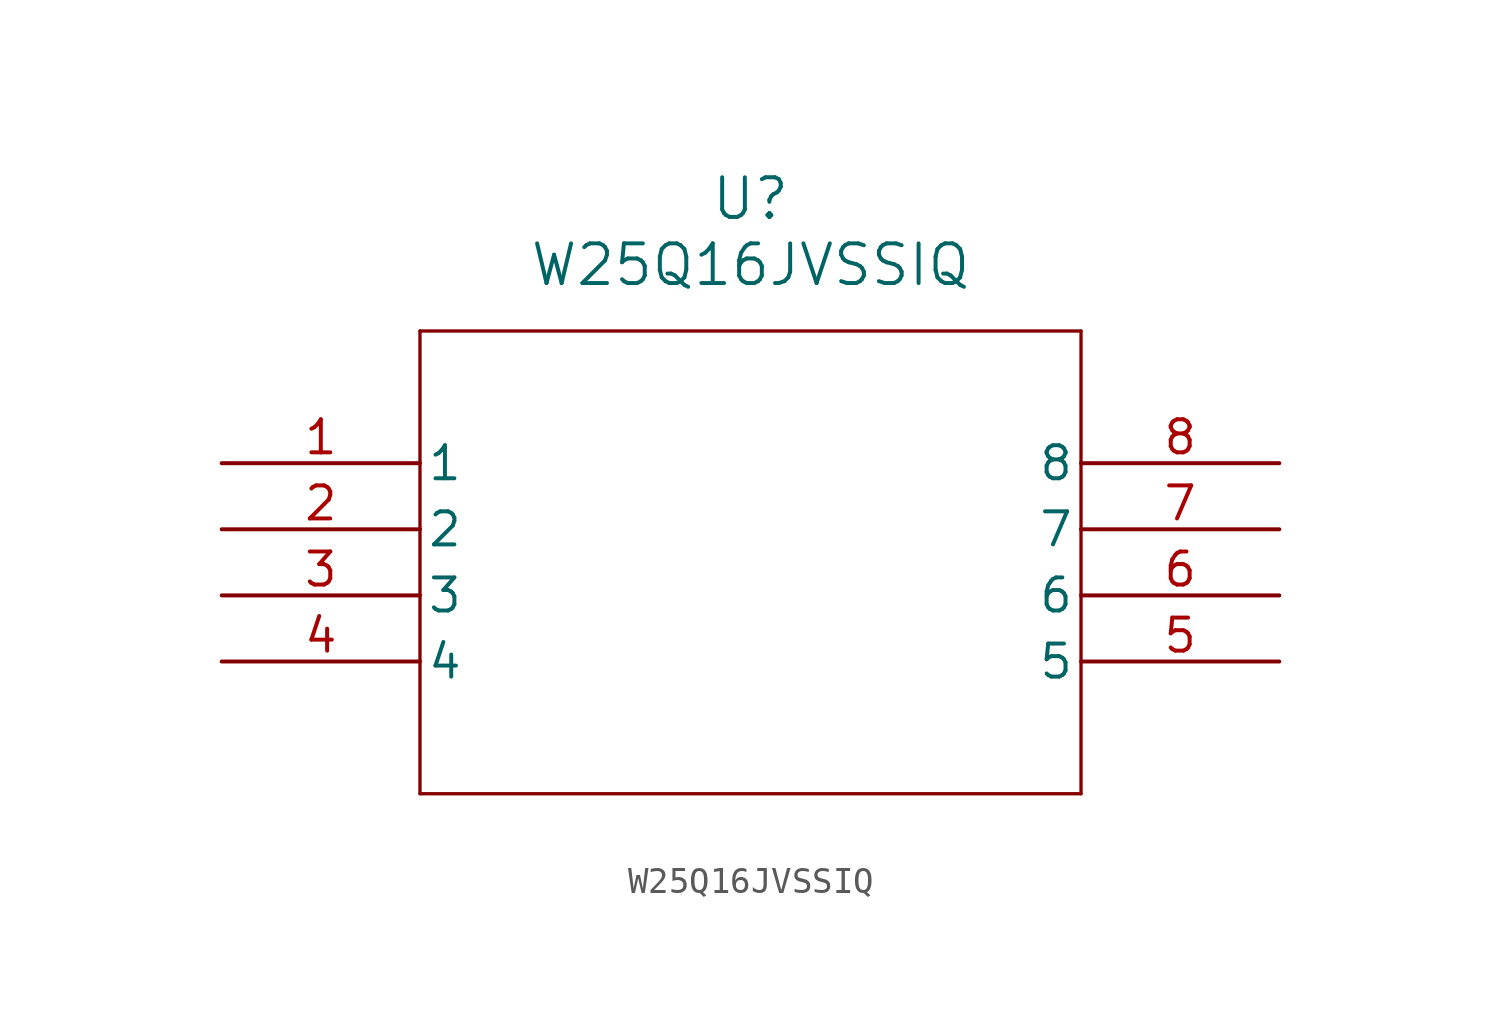
<source format=kicad_sym>
(kicad_symbol_lib
  (version 20211014)
  (generator kicad_symbol_editor)
  (symbol "W25Q16JVSSIQ"
    (pin_names
      (offset 0.254))
    (property "Reference" "U"
      (at 20.32 10.16 0)
      (effects (font (size 1.524 1.524))))
    (property "Value" "W25Q16JVSSIQ"
      (at 20.32 7.62 0)
      (effects (font (size 1.524 1.524))))
    (symbol "W25Q16JVSSIQ_0_1"
      (polyline (pts (xy 7.62 5.08) (xy 7.62 -12.7)) (stroke (width 0.127) (type default) (color 0 0 0 0)) (fill (type none)))
      (polyline (pts (xy 7.62 -12.7) (xy 33.02 -12.7)) (stroke (width 0.127) (type default) (color 0 0 0 0)) (fill (type none)))
      (polyline (pts (xy 33.02 -12.7) (xy 33.02 5.08)) (stroke (width 0.127) (type default) (color 0 0 0 0)) (fill (type none)))
      (polyline (pts (xy 33.02 5.08) (xy 7.62 5.08)) (stroke (width 0.127) (type default) (color 0 0 0 0)) (fill (type none)))
      (pin unspecified line (at 0 0 0) (length 7.62) (name "1" (effects (font (size 1.27 1.27)))) (number "1" (effects (font (size 1.27 1.27)))))
      (pin unspecified line (at 0 -2.54 0) (length 7.62) (name "2" (effects (font (size 1.27 1.27)))) (number "2" (effects (font (size 1.27 1.27)))))
      (pin unspecified line (at 0 -5.08 0) (length 7.62) (name "3" (effects (font (size 1.27 1.27)))) (number "3" (effects (font (size 1.27 1.27)))))
      (pin unspecified line (at 0 -7.62 0) (length 7.62) (name "4" (effects (font (size 1.27 1.27)))) (number "4" (effects (font (size 1.27 1.27)))))
      (pin unspecified line (at 40.64 -7.62 180) (length 7.62) (name "5" (effects (font (size 1.27 1.27)))) (number "5" (effects (font (size 1.27 1.27)))))
      (pin unspecified line (at 40.64 -5.08 180) (length 7.62) (name "6" (effects (font (size 1.27 1.27)))) (number "6" (effects (font (size 1.27 1.27)))))
      (pin unspecified line (at 40.64 -2.54 180) (length 7.62) (name "7" (effects (font (size 1.27 1.27)))) (number "7" (effects (font (size 1.27 1.27)))))
      (pin unspecified line (at 40.64 0 180) (length 7.62) (name "8" (effects (font (size 1.27 1.27)))) (number "8" (effects (font (size 1.27 1.27))))))))
</source>
